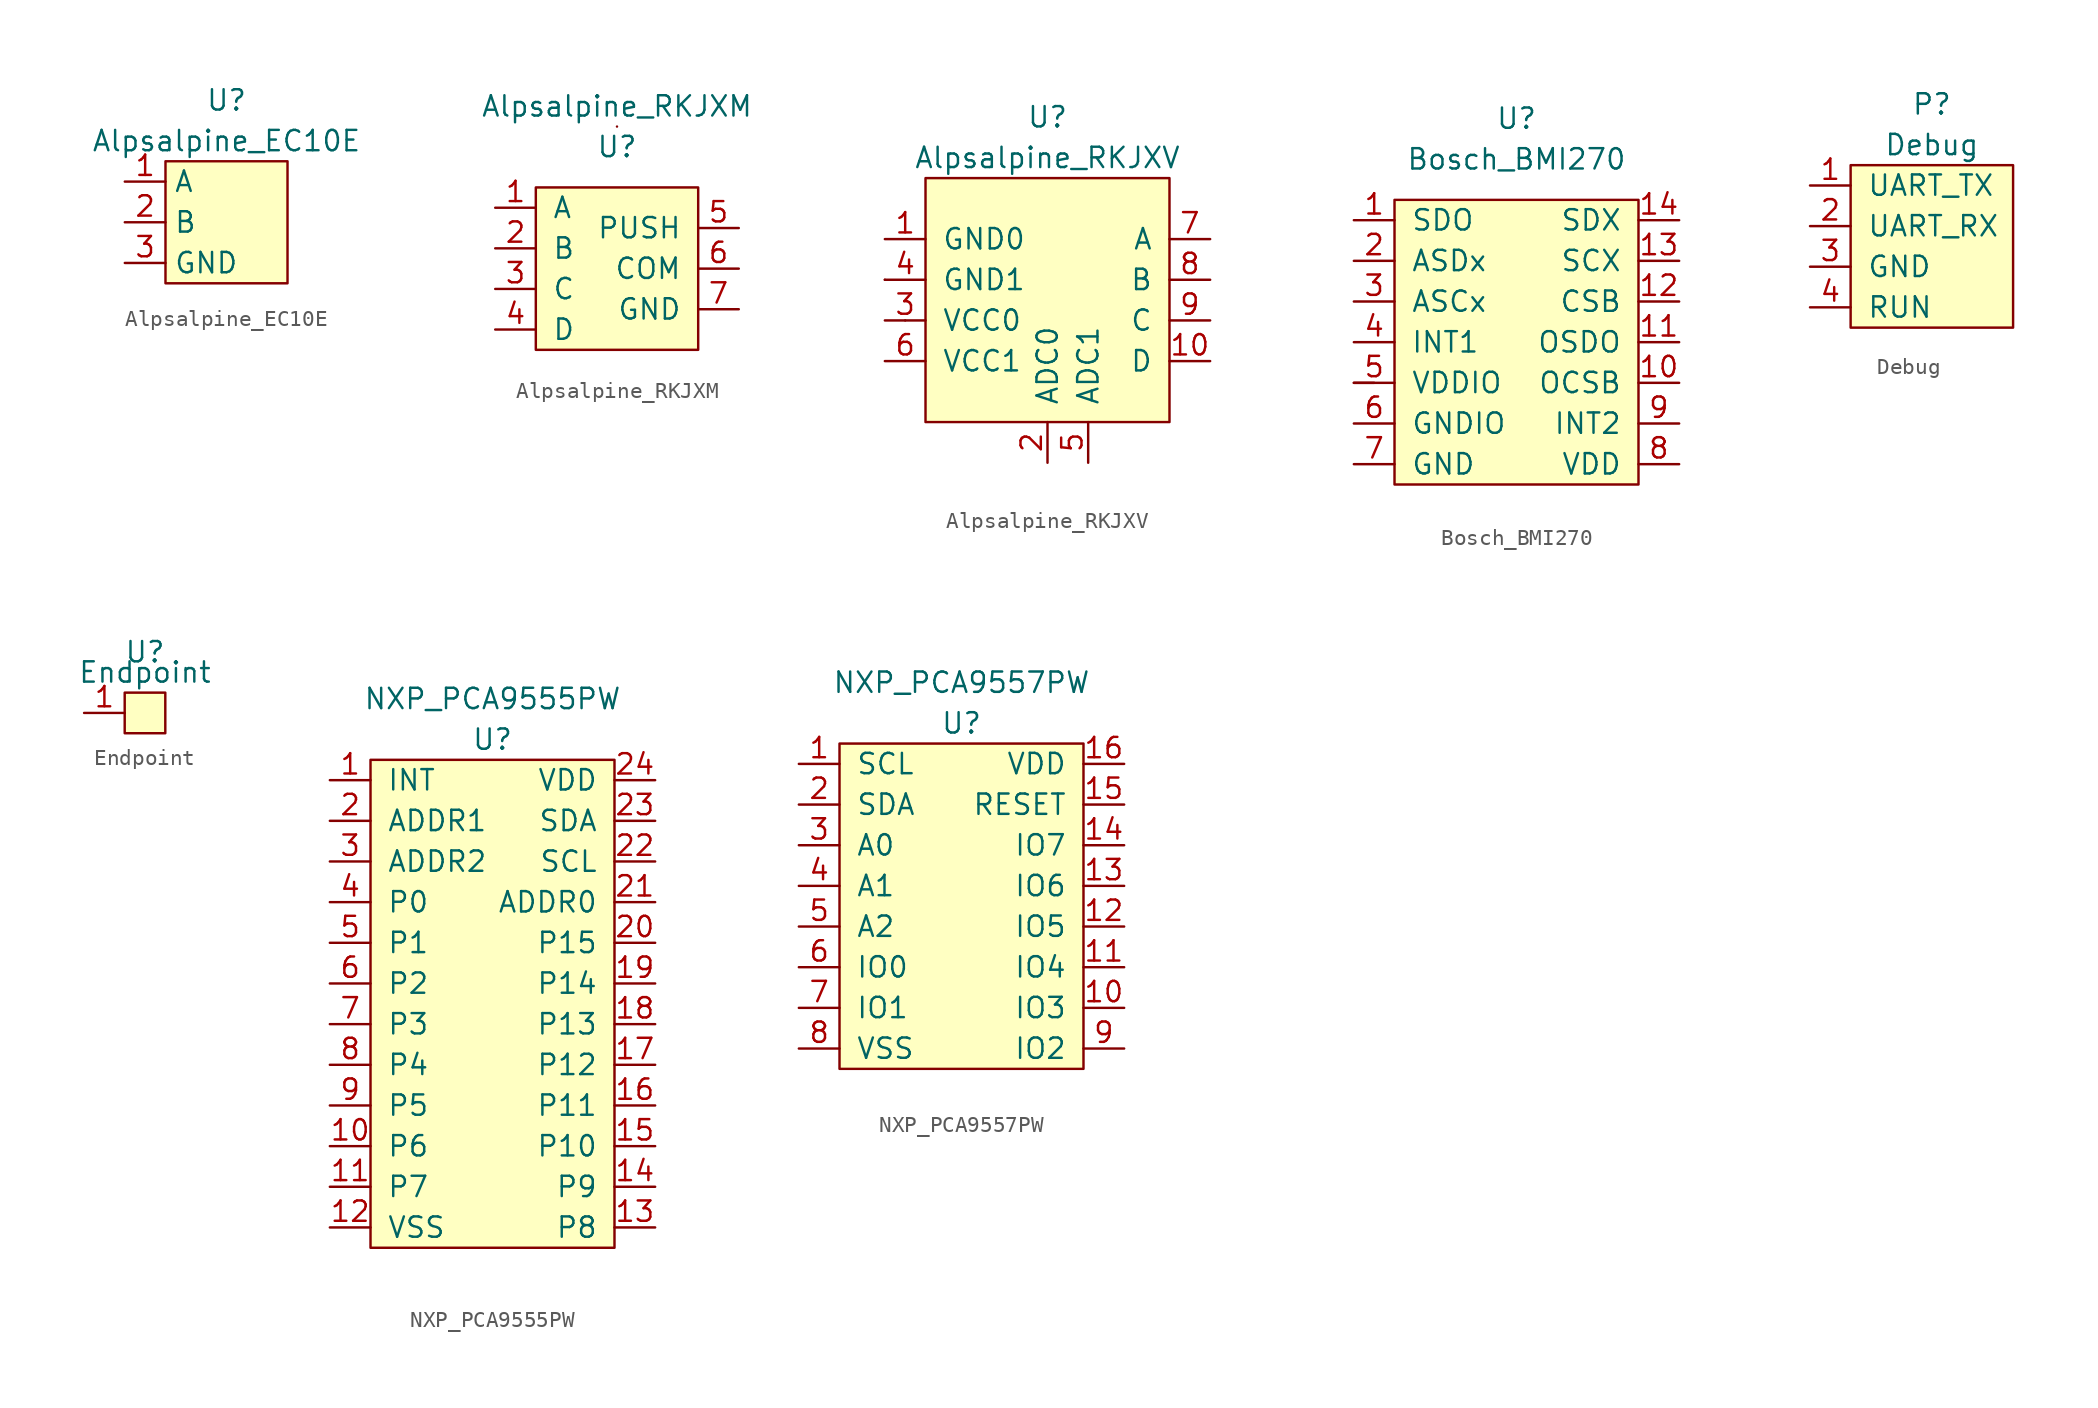
<source format=kicad_sym>
(kicad_symbol_lib
  (version 20211014)
  (generator kicad_symbol_editor)
  (symbol "Alpsalpine_EC10E"
    (property "Reference" "U"
      (at 0 7.62 0)
      (effects (font (size 1.27 1.27))))
    (property "Value" "Alpsalpine_EC10E"
      (at 0 5.08 0)
      (effects (font (size 1.27 1.27))))
    (symbol "Alpsalpine_EC10E_0_1"
      (rectangle (start -3.81 3.81) (end 3.81 -3.81) (stroke (width 0) (type default) (color 0 0 0 0)) (fill (type background))))
    (symbol "Alpsalpine_EC10E_1_1"
      (pin input line (at -6.35 2.54 0) (length 2.54) (name "A" (effects (font (size 1.27 1.27)))) (number "1" (effects (font (size 1.27 1.27)))))
      (pin input line (at -6.35 0 0) (length 2.54) (name "B" (effects (font (size 1.27 1.27)))) (number "2" (effects (font (size 1.27 1.27)))))
      (pin input line (at -6.35 -2.54 0) (length 2.54) (name "GND" (effects (font (size 1.27 1.27)))) (number "3" (effects (font (size 1.27 1.27)))))))
  (symbol "Alpsalpine_RKJXM"
    (pin_names
      (offset 1.016))
    (property "Reference" "U"
      (at 0 7.62 0)
      (effects (font (size 1.27 1.27))))
    (property "Value" "Alpsalpine_RKJXM"
      (at 0 10.16 0)
      (effects (font (size 1.27 1.27))))
    (symbol "Alpsalpine_RKJXM_0_0"
      (rectangle (start -5.08 5.08) (end 5.08 -5.08) (stroke (width 0) (type default) (color 0 0 0 0)) (fill (type background))))
    (symbol "Alpsalpine_RKJXM_0_1"
      (rectangle (start 0 8.89) (end 0 8.89) (stroke (width 0) (type default) (color 0 0 0 0)) (fill (type none))))
    (symbol "Alpsalpine_RKJXM_1_1"
      (pin input line (at -7.62 3.81 0) (length 2.54) (name "A" (effects (font (size 1.27 1.27)))) (number "1" (effects (font (size 1.27 1.27)))))
      (pin input line (at -7.62 1.27 0) (length 2.54) (name "B" (effects (font (size 1.27 1.27)))) (number "2" (effects (font (size 1.27 1.27)))))
      (pin input line (at -7.62 -1.27 0) (length 2.54) (name "C" (effects (font (size 1.27 1.27)))) (number "3" (effects (font (size 1.27 1.27)))))
      (pin input line (at -7.62 -3.81 0) (length 2.54) (name "D" (effects (font (size 1.27 1.27)))) (number "4" (effects (font (size 1.27 1.27)))))
      (pin input line (at 7.62 2.54 180) (length 2.54) (name "PUSH" (effects (font (size 1.27 1.27)))) (number "5" (effects (font (size 1.27 1.27)))))
      (pin input line (at 7.62 0 180) (length 2.54) (name "COM" (effects (font (size 1.27 1.27)))) (number "6" (effects (font (size 1.27 1.27)))))
      (pin input line (at 7.62 -2.54 180) (length 2.54) (name "GND" (effects (font (size 1.27 1.27)))) (number "7" (effects (font (size 1.27 1.27)))))))
  (symbol "Alpsalpine_RKJXV"
    (pin_names
      (offset 1.016))
    (property "Reference" "U"
      (at 0 11.43 0)
      (effects (font (size 1.27 1.27))))
    (property "Value" "Alpsalpine_RKJXV"
      (at 0 8.89 0)
      (effects (font (size 1.27 1.27))))
    (symbol "Alpsalpine_RKJXV_0_0"
      (rectangle (start -7.62 7.62) (end 7.62 -7.62) (stroke (width 0) (type default) (color 0 0 0 0)) (fill (type background))))
    (symbol "Alpsalpine_RKJXV_0_1"
      (polyline (pts (xy -10.16 1.27) (xy -10.16 1.27)) (stroke (width 0) (type default) (color 0 0 0 0)) (fill (type none)))
      (polyline (pts (xy -8.89 -1.27) (xy -8.89 -1.27)) (stroke (width 0) (type default) (color 0 0 0 0)) (fill (type none))))
    (symbol "Alpsalpine_RKJXV_1_1"
      (pin input line (at -10.16 3.81 0) (length 2.54) (name "GND0" (effects (font (size 1.27 1.27)))) (number "1" (effects (font (size 1.27 1.27)))))
      (pin input line (at 10.16 -3.81 180) (length 2.54) (name "D" (effects (font (size 1.27 1.27)))) (number "10" (effects (font (size 1.27 1.27)))))
      (pin output line (at 0 -10.16 90) (length 2.54) (name "ADC0" (effects (font (size 1.27 1.27)))) (number "2" (effects (font (size 1.27 1.27)))))
      (pin input line (at -10.16 -1.27 0) (length 2.54) (name "VCC0" (effects (font (size 1.27 1.27)))) (number "3" (effects (font (size 1.27 1.27)))))
      (pin input line (at -10.16 1.27 0) (length 2.54) (name "GND1" (effects (font (size 1.27 1.27)))) (number "4" (effects (font (size 1.27 1.27)))))
      (pin output line (at 2.54 -10.16 90) (length 2.54) (name "ADC1" (effects (font (size 1.27 1.27)))) (number "5" (effects (font (size 1.27 1.27)))))
      (pin input line (at -10.16 -3.81 0) (length 2.54) (name "VCC1" (effects (font (size 1.27 1.27)))) (number "6" (effects (font (size 1.27 1.27)))))
      (pin input line (at 10.16 3.81 180) (length 2.54) (name "A" (effects (font (size 1.27 1.27)))) (number "7" (effects (font (size 1.27 1.27)))))
      (pin input line (at 10.16 1.27 180) (length 2.54) (name "B" (effects (font (size 1.27 1.27)))) (number "8" (effects (font (size 1.27 1.27)))))
      (pin input line (at 10.16 -1.27 180) (length 2.54) (name "C" (effects (font (size 1.27 1.27)))) (number "9" (effects (font (size 1.27 1.27)))))))
  (symbol "Bosch_BMI270"
    (pin_names
      (offset 1.016))
    (property "Reference" "U"
      (at 0 10.16 0)
      (effects (font (size 1.27 1.27))))
    (property "Value" "Bosch_BMI270"
      (at 0 7.62 0)
      (effects (font (size 1.27 1.27))))
    (symbol "Bosch_BMI270_0_0"
      (rectangle (start -7.62 5.08) (end 7.62 -12.7) (stroke (width 0) (type default) (color 0 0 0 0)) (fill (type background))))
    (symbol "Bosch_BMI270_0_1"
      (rectangle (start -8.89 -6.35) (end -10.16 -6.35) (stroke (width 0) (type default) (color 0 0 0 0)) (fill (type none))))
    (symbol "Bosch_BMI270_1_1"
      (pin bidirectional line (at -10.16 3.81 0) (length 2.54) (name "SDO" (effects (font (size 1.27 1.27)))) (number "1" (effects (font (size 1.27 1.27)))))
      (pin bidirectional line (at 10.16 -6.35 180) (length 2.54) (name "OCSB" (effects (font (size 1.27 1.27)))) (number "10" (effects (font (size 1.27 1.27)))))
      (pin bidirectional line (at 10.16 -3.81 180) (length 2.54) (name "OSDO" (effects (font (size 1.27 1.27)))) (number "11" (effects (font (size 1.27 1.27)))))
      (pin bidirectional line (at 10.16 -1.27 180) (length 2.54) (name "CSB" (effects (font (size 1.27 1.27)))) (number "12" (effects (font (size 1.27 1.27)))))
      (pin bidirectional line (at 10.16 1.27 180) (length 2.54) (name "SCX" (effects (font (size 1.27 1.27)))) (number "13" (effects (font (size 1.27 1.27)))))
      (pin bidirectional line (at 10.16 3.81 180) (length 2.54) (name "SDX" (effects (font (size 1.27 1.27)))) (number "14" (effects (font (size 1.27 1.27)))))
      (pin bidirectional line (at -10.16 1.27 0) (length 2.54) (name "ASDx" (effects (font (size 1.27 1.27)))) (number "2" (effects (font (size 1.27 1.27)))))
      (pin bidirectional line (at -10.16 -1.27 0) (length 2.54) (name "ASCx" (effects (font (size 1.27 1.27)))) (number "3" (effects (font (size 1.27 1.27)))))
      (pin bidirectional line (at -10.16 -3.81 0) (length 2.54) (name "INT1" (effects (font (size 1.27 1.27)))) (number "4" (effects (font (size 1.27 1.27)))))
      (pin bidirectional line (at -10.16 -6.35 0) (length 2.54) (name "VDDIO" (effects (font (size 1.27 1.27)))) (number "5" (effects (font (size 1.27 1.27)))))
      (pin bidirectional line (at -10.16 -8.89 0) (length 2.54) (name "GNDIO" (effects (font (size 1.27 1.27)))) (number "6" (effects (font (size 1.27 1.27)))))
      (pin bidirectional line (at -10.16 -11.43 0) (length 2.54) (name "GND" (effects (font (size 1.27 1.27)))) (number "7" (effects (font (size 1.27 1.27)))))
      (pin bidirectional line (at 10.16 -11.43 180) (length 2.54) (name "VDD" (effects (font (size 1.27 1.27)))) (number "8" (effects (font (size 1.27 1.27)))))
      (pin bidirectional line (at 10.16 -8.89 180) (length 2.54) (name "INT2" (effects (font (size 1.27 1.27)))) (number "9" (effects (font (size 1.27 1.27)))))))
  (symbol "Debug"
    (pin_names
      (offset 1.016))
    (property "Reference" "P"
      (at 0 8.89 0)
      (effects (font (size 1.27 1.27))))
    (property "Value" "Debug"
      (at 0 6.35 0)
      (effects (font (size 1.27 1.27))))
    (symbol "Debug_0_1"
      (rectangle (start -5.08 5.08) (end 5.08 -5.08) (stroke (width 0) (type default) (color 0 0 0 0)) (fill (type background))))
    (symbol "Debug_1_1"
      (pin input line (at -7.62 3.81 0) (length 2.54) (name "UART_TX" (effects (font (size 1.27 1.27)))) (number "1" (effects (font (size 1.27 1.27)))))
      (pin input line (at -7.62 1.27 0) (length 2.54) (name "UART_RX" (effects (font (size 1.27 1.27)))) (number "2" (effects (font (size 1.27 1.27)))))
      (pin input line (at -7.62 -1.27 0) (length 2.54) (name "GND" (effects (font (size 1.27 1.27)))) (number "3" (effects (font (size 1.27 1.27)))))
      (pin input line (at -7.62 -3.81 0) (length 2.54) (name "RUN" (effects (font (size 1.27 1.27)))) (number "4" (effects (font (size 1.27 1.27)))))))
  (symbol "Endpoint"
    (pin_names
      (offset 1.016))
    (property "Reference" "U"
      (at 0 3.81 0)
      (effects (font (size 1.27 1.27))))
    (property "Value" "Endpoint"
      (at 0 2.54 0)
      (effects (font (size 1.27 1.27))))
    (symbol "Endpoint_0_1"
      (rectangle (start -1.27 1.27) (end 1.27 -1.27) (stroke (width 0) (type default) (color 0 0 0 0)) (fill (type background))))
    (symbol "Endpoint_1_1"
      (pin input line (at -3.81 0 0) (length 2.54) (name "~" (effects (font (size 1.27 1.27)))) (number "1" (effects (font (size 1.27 1.27)))))))
  (symbol "NXP_PCA9555PW"
    (pin_names
      (offset 1.016))
    (property "Reference" "U"
      (at 0 11.43 0)
      (effects (font (size 1.27 1.27))))
    (property "Value" "NXP_PCA9555PW"
      (at 0 13.97 0)
      (effects (font (size 1.27 1.27))))
    (symbol "NXP_PCA9555PW_0_1"
      (rectangle (start -7.62 10.16) (end 7.62 -20.32) (stroke (width 0) (type default) (color 0 0 0 0)) (fill (type background))))
    (symbol "NXP_PCA9555PW_1_1"
      (pin input line (at -10.16 8.89 0) (length 2.54) (name "INT" (effects (font (size 1.27 1.27)))) (number "1" (effects (font (size 1.27 1.27)))))
      (pin input line (at -10.16 -13.97 0) (length 2.54) (name "P6" (effects (font (size 1.27 1.27)))) (number "10" (effects (font (size 1.27 1.27)))))
      (pin input line (at -10.16 -16.51 0) (length 2.54) (name "P7" (effects (font (size 1.27 1.27)))) (number "11" (effects (font (size 1.27 1.27)))))
      (pin input line (at -10.16 -19.05 0) (length 2.54) (name "VSS" (effects (font (size 1.27 1.27)))) (number "12" (effects (font (size 1.27 1.27)))))
      (pin input line (at 10.16 -19.05 180) (length 2.54) (name "P8" (effects (font (size 1.27 1.27)))) (number "13" (effects (font (size 1.27 1.27)))))
      (pin input line (at 10.16 -16.51 180) (length 2.54) (name "P9" (effects (font (size 1.27 1.27)))) (number "14" (effects (font (size 1.27 1.27)))))
      (pin input line (at 10.16 -13.97 180) (length 2.54) (name "P10" (effects (font (size 1.27 1.27)))) (number "15" (effects (font (size 1.27 1.27)))))
      (pin input line (at 10.16 -11.43 180) (length 2.54) (name "P11" (effects (font (size 1.27 1.27)))) (number "16" (effects (font (size 1.27 1.27)))))
      (pin input line (at 10.16 -8.89 180) (length 2.54) (name "P12" (effects (font (size 1.27 1.27)))) (number "17" (effects (font (size 1.27 1.27)))))
      (pin input line (at 10.16 -6.35 180) (length 2.54) (name "P13" (effects (font (size 1.27 1.27)))) (number "18" (effects (font (size 1.27 1.27)))))
      (pin input line (at 10.16 -3.81 180) (length 2.54) (name "P14" (effects (font (size 1.27 1.27)))) (number "19" (effects (font (size 1.27 1.27)))))
      (pin input line (at -10.16 6.35 0) (length 2.54) (name "ADDR1" (effects (font (size 1.27 1.27)))) (number "2" (effects (font (size 1.27 1.27)))))
      (pin input line (at 10.16 -1.27 180) (length 2.54) (name "P15" (effects (font (size 1.27 1.27)))) (number "20" (effects (font (size 1.27 1.27)))))
      (pin input line (at 10.16 1.27 180) (length 2.54) (name "ADDR0" (effects (font (size 1.27 1.27)))) (number "21" (effects (font (size 1.27 1.27)))))
      (pin input line (at 10.16 3.81 180) (length 2.54) (name "SCL" (effects (font (size 1.27 1.27)))) (number "22" (effects (font (size 1.27 1.27)))))
      (pin input line (at 10.16 6.35 180) (length 2.54) (name "SDA" (effects (font (size 1.27 1.27)))) (number "23" (effects (font (size 1.27 1.27)))))
      (pin input line (at 10.16 8.89 180) (length 2.54) (name "VDD" (effects (font (size 1.27 1.27)))) (number "24" (effects (font (size 1.27 1.27)))))
      (pin input line (at -10.16 3.81 0) (length 2.54) (name "ADDR2" (effects (font (size 1.27 1.27)))) (number "3" (effects (font (size 1.27 1.27)))))
      (pin input line (at -10.16 1.27 0) (length 2.54) (name "P0" (effects (font (size 1.27 1.27)))) (number "4" (effects (font (size 1.27 1.27)))))
      (pin input line (at -10.16 -1.27 0) (length 2.54) (name "P1" (effects (font (size 1.27 1.27)))) (number "5" (effects (font (size 1.27 1.27)))))
      (pin input line (at -10.16 -3.81 0) (length 2.54) (name "P2" (effects (font (size 1.27 1.27)))) (number "6" (effects (font (size 1.27 1.27)))))
      (pin input line (at -10.16 -6.35 0) (length 2.54) (name "P3" (effects (font (size 1.27 1.27)))) (number "7" (effects (font (size 1.27 1.27)))))
      (pin input line (at -10.16 -8.89 0) (length 2.54) (name "P4" (effects (font (size 1.27 1.27)))) (number "8" (effects (font (size 1.27 1.27)))))
      (pin input line (at -10.16 -11.43 0) (length 2.54) (name "P5" (effects (font (size 1.27 1.27)))) (number "9" (effects (font (size 1.27 1.27)))))))
  (symbol "NXP_PCA9557PW"
    (pin_names
      (offset 1.016))
    (property "Reference" "U"
      (at 0 11.43 0)
      (effects (font (size 1.27 1.27))))
    (property "Value" "NXP_PCA9557PW"
      (at 0 13.97 0)
      (effects (font (size 1.27 1.27))))
    (symbol "NXP_PCA9557PW_0_1"
      (rectangle (start -7.62 10.16) (end 7.62 -10.16) (stroke (width 0) (type default) (color 0 0 0 0)) (fill (type background))))
    (symbol "NXP_PCA9557PW_1_1"
      (pin input line (at -10.16 8.89 0) (length 2.54) (name "SCL" (effects (font (size 1.27 1.27)))) (number "1" (effects (font (size 1.27 1.27)))))
      (pin input line (at 10.16 -6.35 180) (length 2.54) (name "IO3" (effects (font (size 1.27 1.27)))) (number "10" (effects (font (size 1.27 1.27)))))
      (pin input line (at 10.16 -3.81 180) (length 2.54) (name "IO4" (effects (font (size 1.27 1.27)))) (number "11" (effects (font (size 1.27 1.27)))))
      (pin input line (at 10.16 -1.27 180) (length 2.54) (name "IO5" (effects (font (size 1.27 1.27)))) (number "12" (effects (font (size 1.27 1.27)))))
      (pin input line (at 10.16 1.27 180) (length 2.54) (name "IO6" (effects (font (size 1.27 1.27)))) (number "13" (effects (font (size 1.27 1.27)))))
      (pin input line (at 10.16 3.81 180) (length 2.54) (name "IO7" (effects (font (size 1.27 1.27)))) (number "14" (effects (font (size 1.27 1.27)))))
      (pin input line (at 10.16 6.35 180) (length 2.54) (name "RESET" (effects (font (size 1.27 1.27)))) (number "15" (effects (font (size 1.27 1.27)))))
      (pin input line (at 10.16 8.89 180) (length 2.54) (name "VDD" (effects (font (size 1.27 1.27)))) (number "16" (effects (font (size 1.27 1.27)))))
      (pin input line (at -10.16 6.35 0) (length 2.54) (name "SDA" (effects (font (size 1.27 1.27)))) (number "2" (effects (font (size 1.27 1.27)))))
      (pin input line (at -10.16 3.81 0) (length 2.54) (name "A0" (effects (font (size 1.27 1.27)))) (number "3" (effects (font (size 1.27 1.27)))))
      (pin input line (at -10.16 1.27 0) (length 2.54) (name "A1" (effects (font (size 1.27 1.27)))) (number "4" (effects (font (size 1.27 1.27)))))
      (pin input line (at -10.16 -1.27 0) (length 2.54) (name "A2" (effects (font (size 1.27 1.27)))) (number "5" (effects (font (size 1.27 1.27)))))
      (pin input line (at -10.16 -3.81 0) (length 2.54) (name "IO0" (effects (font (size 1.27 1.27)))) (number "6" (effects (font (size 1.27 1.27)))))
      (pin input line (at -10.16 -6.35 0) (length 2.54) (name "IO1" (effects (font (size 1.27 1.27)))) (number "7" (effects (font (size 1.27 1.27)))))
      (pin input line (at -10.16 -8.89 0) (length 2.54) (name "VSS" (effects (font (size 1.27 1.27)))) (number "8" (effects (font (size 1.27 1.27)))))
      (pin input line (at 10.16 -8.89 180) (length 2.54) (name "IO2" (effects (font (size 1.27 1.27)))) (number "9" (effects (font (size 1.27 1.27))))))))
</source>
